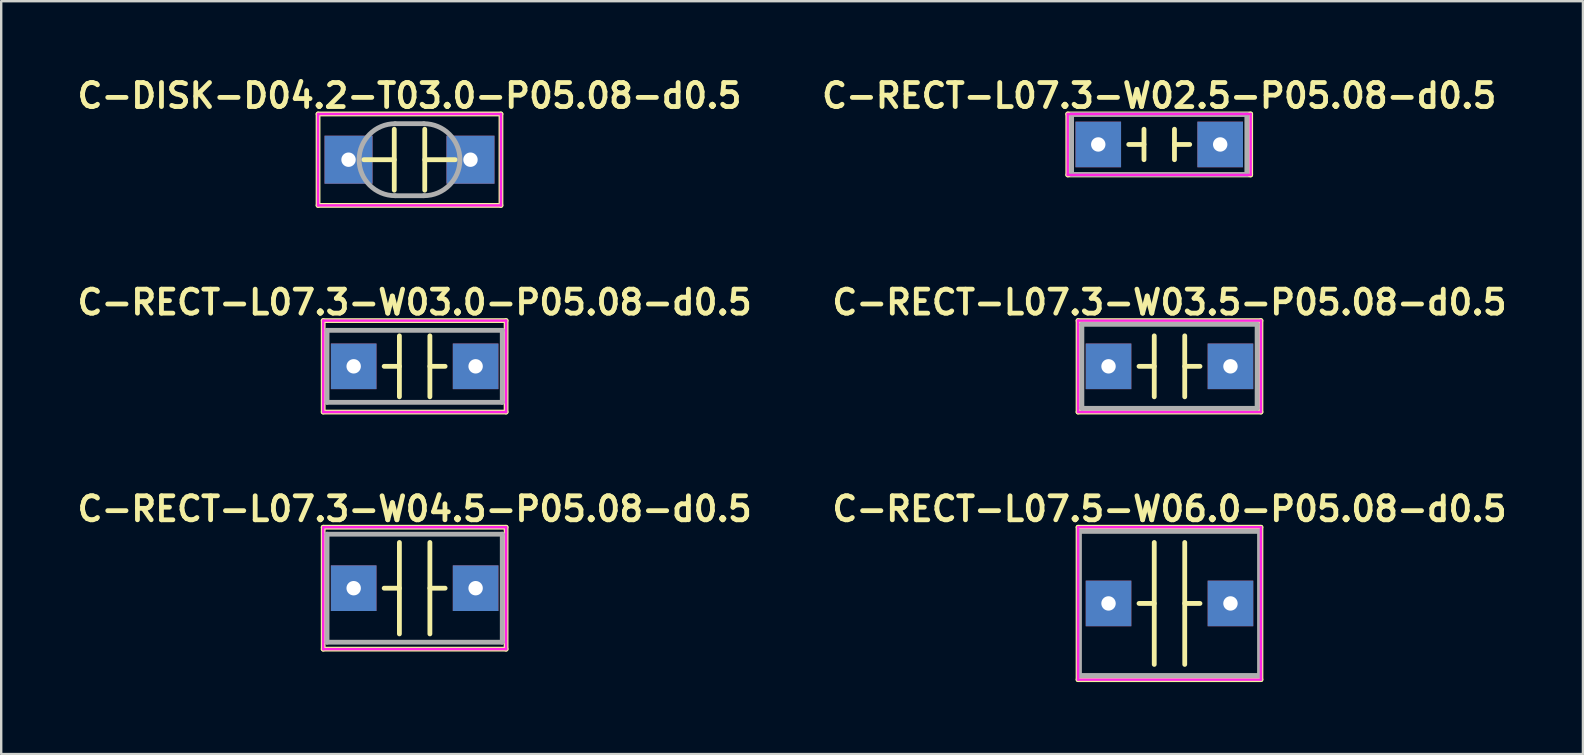
<source format=kicad_pcb>
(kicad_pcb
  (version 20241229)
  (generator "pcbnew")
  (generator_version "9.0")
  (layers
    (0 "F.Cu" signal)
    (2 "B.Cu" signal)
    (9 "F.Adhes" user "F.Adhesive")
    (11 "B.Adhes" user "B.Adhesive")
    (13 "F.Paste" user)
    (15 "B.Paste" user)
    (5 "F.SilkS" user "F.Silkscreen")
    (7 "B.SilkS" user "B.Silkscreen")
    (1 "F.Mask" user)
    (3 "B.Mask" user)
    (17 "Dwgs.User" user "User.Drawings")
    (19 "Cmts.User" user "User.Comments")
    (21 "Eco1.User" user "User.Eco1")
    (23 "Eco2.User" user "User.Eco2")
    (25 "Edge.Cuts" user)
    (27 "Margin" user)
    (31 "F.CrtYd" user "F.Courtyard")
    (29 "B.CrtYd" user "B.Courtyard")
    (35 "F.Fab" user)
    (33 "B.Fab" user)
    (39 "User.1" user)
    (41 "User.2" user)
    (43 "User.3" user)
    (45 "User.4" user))
  (footprint "C-RECT-L07.3-W02.5-P05.08-d0.5"
    (layer "F.Cu")
    (at 45.243 2.968)
    (property "Reference" "C-RECT-L07.3-W02.5-P05.08-d0.5" (at 0 -2.032 0) (layer "F.SilkS") (effects (font (size 1 1) (thickness 0.2))))
    (attr through_hole)
    (fp_line (start -3.81 -1.27) (end -3.81 1.27) (stroke (width 0.2) (type solid)) (layer "F.SilkS"))
    (fp_line (start -3.81 -1.27) (end 3.81 -1.27) (stroke (width 0.2) (type solid)) (layer "F.SilkS"))
    (fp_line (start -3.81 1.27) (end 3.81 1.27) (stroke (width 0.2) (type solid)) (layer "F.SilkS"))
    (fp_line (start -1.27 0) (end -0.635 0) (stroke (width 0.2) (type solid)) (layer "F.SilkS"))
    (fp_line (start -0.635 -0.635) (end -0.635 0.635) (stroke (width 0.2) (type solid)) (layer "F.SilkS"))
    (fp_line (start 0.635 -0.635) (end 0.635 0.635) (stroke (width 0.2) (type solid)) (layer "F.SilkS"))
    (fp_line (start 0.635 0) (end 1.27 0) (stroke (width 0.2) (type solid)) (layer "F.SilkS"))
    (fp_line (start 3.81 -1.27) (end 3.81 1.27) (stroke (width 0.2) (type solid)) (layer "F.SilkS"))
    (fp_line (start -3.81 -1.27) (end -3.81 1.27) (stroke (width 0.1) (type solid)) (layer "F.CrtYd"))
    (fp_line (start -3.81 -1.27) (end 3.81 -1.27) (stroke (width 0.1) (type solid)) (layer "F.CrtYd"))
    (fp_line (start -3.81 1.27) (end 3.81 1.27) (stroke (width 0.1) (type solid)) (layer "F.CrtYd"))
    (fp_line (start 3.81 -1.27) (end 3.81 1.27) (stroke (width 0.1) (type solid)) (layer "F.CrtYd"))
    (fp_line (start -3.65 -1.25) (end -3.65 1.25) (stroke (width 0.2) (type solid)) (layer "F.Fab"))
    (fp_line (start -3.65 -1.25) (end 3.65 -1.25) (stroke (width 0.2) (type solid)) (layer "F.Fab"))
    (fp_line (start -3.65 1.25) (end 3.65 1.25) (stroke (width 0.2) (type solid)) (layer "F.Fab"))
    (fp_line (start 3.65 -1.25) (end 3.65 1.25) (stroke (width 0.2) (type solid)) (layer "F.Fab"))
    (pad "1" thru_hole rect (at -2.54 0) (size 1.9 1.9) (drill 0.6) (layers "B.Cu" "B.Mask"))
    (pad "2" thru_hole rect (at 2.54 0) (size 1.9 1.9) (drill 0.6) (layers "B.Cu" "B.Mask")))
  (footprint "C-RECT-L07.3-W04.5-P05.08-d0.5"
    (layer "F.Cu")
    (at 14.224 21.454)
    (property "Reference" "C-RECT-L07.3-W04.5-P05.08-d0.5" (at 0 -3.302 0) (layer "F.SilkS") (effects (font (size 1 1) (thickness 0.2))))
    (attr through_hole)
    (fp_line (start -3.81 -2.54) (end -3.81 2.54) (stroke (width 0.2) (type solid)) (layer "F.SilkS"))
    (fp_line (start -3.81 -2.54) (end 3.81 -2.54) (stroke (width 0.2) (type solid)) (layer "F.SilkS"))
    (fp_line (start -3.81 2.54) (end 3.81 2.54) (stroke (width 0.2) (type solid)) (layer "F.SilkS"))
    (fp_line (start -1.27 0) (end -0.635 0) (stroke (width 0.2) (type solid)) (layer "F.SilkS"))
    (fp_line (start -0.635 -1.905) (end -0.635 1.905) (stroke (width 0.2) (type solid)) (layer "F.SilkS"))
    (fp_line (start 0.635 -1.905) (end 0.635 1.905) (stroke (width 0.2) (type solid)) (layer "F.SilkS"))
    (fp_line (start 0.635 0) (end 1.27 0) (stroke (width 0.2) (type solid)) (layer "F.SilkS"))
    (fp_line (start 3.81 -2.54) (end 3.81 2.54) (stroke (width 0.2) (type solid)) (layer "F.SilkS"))
    (fp_line (start -3.81 -2.54) (end -3.81 2.54) (stroke (width 0.1) (type solid)) (layer "F.CrtYd"))
    (fp_line (start -3.81 -2.54) (end 3.81 -2.54) (stroke (width 0.1) (type solid)) (layer "F.CrtYd"))
    (fp_line (start -3.81 2.54) (end 3.81 2.54) (stroke (width 0.1) (type solid)) (layer "F.CrtYd"))
    (fp_line (start 3.81 -2.54) (end 3.81 2.54) (stroke (width 0.1) (type solid)) (layer "F.CrtYd"))
    (fp_line (start -3.65 -2.25) (end -3.65 2.25) (stroke (width 0.2) (type solid)) (layer "F.Fab"))
    (fp_line (start -3.65 -2.25) (end 3.65 -2.25) (stroke (width 0.2) (type solid)) (layer "F.Fab"))
    (fp_line (start -3.65 2.25) (end 3.65 2.25) (stroke (width 0.2) (type solid)) (layer "F.Fab"))
    (fp_line (start 3.65 -2.25) (end 3.65 2.25) (stroke (width 0.2) (type solid)) (layer "F.Fab"))
    (pad "1" thru_hole rect (at -2.54 0) (size 1.9 1.9) (drill 0.6) (layers "B.Cu" "B.Mask"))
    (pad "2" thru_hole rect (at 2.54 0) (size 1.9 1.9) (drill 0.6) (layers "B.Cu" "B.Mask")))
  (footprint "C-RECT-L07.5-W06.0-P05.08-d0.5"
    (layer "F.Cu")
    (at 45.671 22.089)
    (property "Reference" "C-RECT-L07.5-W06.0-P05.08-d0.5" (at 0 -3.937 0) (layer "F.SilkS") (effects (font (size 1 1) (thickness 0.2))))
    (attr through_hole)
    (fp_line (start -3.81 -3.175) (end -3.81 3.175) (stroke (width 0.2) (type solid)) (layer "F.SilkS"))
    (fp_line (start -3.81 -3.175) (end 3.81 -3.175) (stroke (width 0.2) (type solid)) (layer "F.SilkS"))
    (fp_line (start -3.81 3.175) (end 3.81 3.175) (stroke (width 0.2) (type solid)) (layer "F.SilkS"))
    (fp_line (start -1.27 0) (end -0.635 0) (stroke (width 0.2) (type solid)) (layer "F.SilkS"))
    (fp_line (start -0.635 -2.54) (end -0.635 2.54) (stroke (width 0.2) (type solid)) (layer "F.SilkS"))
    (fp_line (start 0.635 -2.54) (end 0.635 2.54) (stroke (width 0.2) (type solid)) (layer "F.SilkS"))
    (fp_line (start 0.635 0) (end 1.27 0) (stroke (width 0.2) (type solid)) (layer "F.SilkS"))
    (fp_line (start 3.81 -3.175) (end 3.81 3.175) (stroke (width 0.2) (type solid)) (layer "F.SilkS"))
    (fp_line (start -3.81 -3.175) (end -3.81 3.175) (stroke (width 0.1) (type solid)) (layer "F.CrtYd"))
    (fp_line (start -3.81 -3.175) (end 3.81 -3.175) (stroke (width 0.1) (type solid)) (layer "F.CrtYd"))
    (fp_line (start -3.81 3.175) (end 3.81 3.175) (stroke (width 0.1) (type solid)) (layer "F.CrtYd"))
    (fp_line (start 3.81 -3.175) (end 3.81 3.175) (stroke (width 0.1) (type solid)) (layer "F.CrtYd"))
    (fp_line (start -3.75 -3) (end -3.75 3) (stroke (width 0.2) (type solid)) (layer "F.Fab"))
    (fp_line (start -3.75 -3) (end 3.75 -3) (stroke (width 0.2) (type solid)) (layer "F.Fab"))
    (fp_line (start -3.75 3) (end 3.75 3) (stroke (width 0.2) (type solid)) (layer "F.Fab"))
    (fp_line (start 3.75 -3) (end 3.75 3) (stroke (width 0.2) (type solid)) (layer "F.Fab"))
    (pad "1" thru_hole rect (at -2.54 0) (size 1.9 1.9) (drill 0.6) (layers "B.Cu" "B.Mask"))
    (pad "2" thru_hole rect (at 2.54 0) (size 1.9 1.9) (drill 0.6) (layers "B.Cu" "B.Mask")))
  (footprint "C-RECT-L07.3-W03.0-P05.08-d0.5"
    (layer "F.Cu")
    (at 14.224 12.211)
    (property "Reference" "C-RECT-L07.3-W03.0-P05.08-d0.5" (at 0 -2.667 0) (layer "F.SilkS") (effects (font (size 1 1) (thickness 0.2))))
    (attr through_hole)
    (fp_line (start -3.81 -1.905) (end -3.81 1.905) (stroke (width 0.2) (type solid)) (layer "F.SilkS"))
    (fp_line (start -3.81 -1.905) (end 3.81 -1.905) (stroke (width 0.2) (type solid)) (layer "F.SilkS"))
    (fp_line (start -3.81 1.905) (end 3.81 1.905) (stroke (width 0.2) (type solid)) (layer "F.SilkS"))
    (fp_line (start -1.27 0) (end -0.635 0) (stroke (width 0.2) (type solid)) (layer "F.SilkS"))
    (fp_line (start -0.635 -1.27) (end -0.635 1.27) (stroke (width 0.2) (type solid)) (layer "F.SilkS"))
    (fp_line (start 0.635 -1.27) (end 0.635 1.27) (stroke (width 0.2) (type solid)) (layer "F.SilkS"))
    (fp_line (start 0.635 0) (end 1.27 0) (stroke (width 0.2) (type solid)) (layer "F.SilkS"))
    (fp_line (start 3.81 -1.905) (end 3.81 1.905) (stroke (width 0.2) (type solid)) (layer "F.SilkS"))
    (fp_line (start -3.81 -1.905) (end -3.81 1.905) (stroke (width 0.1) (type solid)) (layer "F.CrtYd"))
    (fp_line (start -3.81 -1.905) (end 3.81 -1.905) (stroke (width 0.1) (type solid)) (layer "F.CrtYd"))
    (fp_line (start -3.81 1.905) (end 3.81 1.905) (stroke (width 0.1) (type solid)) (layer "F.CrtYd"))
    (fp_line (start 3.81 -1.905) (end 3.81 1.905) (stroke (width 0.1) (type solid)) (layer "F.CrtYd"))
    (fp_line (start -3.65 -1.5) (end -3.65 1.5) (stroke (width 0.2) (type solid)) (layer "F.Fab"))
    (fp_line (start -3.65 -1.5) (end 3.65 -1.5) (stroke (width 0.2) (type solid)) (layer "F.Fab"))
    (fp_line (start -3.65 1.5) (end 3.65 1.5) (stroke (width 0.2) (type solid)) (layer "F.Fab"))
    (fp_line (start 3.65 -1.5) (end 3.65 1.5) (stroke (width 0.2) (type solid)) (layer "F.Fab"))
    (pad "1" thru_hole rect (at -2.54 0) (size 1.9 1.9) (drill 0.6) (layers "B.Cu" "B.Mask"))
    (pad "2" thru_hole rect (at 2.54 0) (size 1.9 1.9) (drill 0.6) (layers "B.Cu" "B.Mask")))
  (footprint "C-DISK-D04.2-T03.0-P05.08-d0.5"
    (layer "F.Cu")
    (at 14.01 3.603)
    (property "Reference" "C-DISK-D04.2-T03.0-P05.08-d0.5" (at 0 -2.667 0) (layer "F.SilkS") (effects (font (size 1 1) (thickness 0.2))))
    (attr through_hole)
    (fp_line (start -3.81 -1.905) (end -3.81 1.905) (stroke (width 0.2) (type solid)) (layer "F.SilkS"))
    (fp_line (start -3.81 -1.905) (end 3.81 -1.905) (stroke (width 0.2) (type solid)) (layer "F.SilkS"))
    (fp_line (start -3.81 1.905) (end 3.81 1.905) (stroke (width 0.2) (type solid)) (layer "F.SilkS"))
    (fp_line (start -1.905 0) (end -0.635 0) (stroke (width 0.2) (type solid)) (layer "F.SilkS"))
    (fp_line (start -0.635 -1.27) (end -0.635 1.27) (stroke (width 0.2) (type solid)) (layer "F.SilkS"))
    (fp_line (start 0.635 -1.27) (end 0.635 1.27) (stroke (width 0.2) (type solid)) (layer "F.SilkS"))
    (fp_line (start 0.635 0) (end 1.905 0) (stroke (width 0.2) (type solid)) (layer "F.SilkS"))
    (fp_line (start 3.81 -1.905) (end 3.81 1.905) (stroke (width 0.2) (type solid)) (layer "F.SilkS"))
    (fp_line (start -3.81 -1.905) (end -3.81 1.905) (stroke (width 0.1) (type solid)) (layer "F.CrtYd"))
    (fp_line (start -3.81 -1.905) (end 3.81 -1.905) (stroke (width 0.1) (type solid)) (layer "F.CrtYd"))
    (fp_line (start -3.81 1.905) (end 3.81 1.905) (stroke (width 0.1) (type solid)) (layer "F.CrtYd"))
    (fp_line (start 3.81 -1.905) (end 3.81 1.905) (stroke (width 0.1) (type solid)) (layer "F.CrtYd"))
    (fp_line (start -0.6 -1.5) (end 0.6 -1.5) (stroke (width 0.2) (type solid)) (layer "F.Fab"))
    (fp_line (start -0.6 1.5) (end 0.6 1.5) (stroke (width 0.2) (type solid)) (layer "F.Fab"))
    (fp_arc (start -0.6 1.5) (mid -2.1 0) (end -0.6 -1.5) (stroke (width 0.2) (type solid)) (layer "F.Fab"))
    (fp_arc (start 0.6 -1.5) (mid 2.1 0) (end 0.6 1.5) (stroke (width 0.2) (type solid)) (layer "F.Fab"))
    (pad "1" thru_hole rect (at -2.54 0) (size 2 2) (drill 0.6) (layers "B.Cu" "B.Mask"))
    (pad "2" thru_hole rect (at 2.54 0) (size 2 2) (drill 0.6) (layers "B.Cu" "B.Mask")))
  (footprint "C-RECT-L07.3-W03.5-P05.08-d0.5"
    (layer "F.Cu")
    (at 45.671 12.211)
    (property "Reference" "C-RECT-L07.3-W03.5-P05.08-d0.5" (at 0 -2.667 0) (layer "F.SilkS") (effects (font (size 1 1) (thickness 0.2))))
    (attr through_hole)
    (fp_line (start -3.81 -1.905) (end -3.81 1.905) (stroke (width 0.2) (type solid)) (layer "F.SilkS"))
    (fp_line (start -3.81 -1.905) (end 3.81 -1.905) (stroke (width 0.2) (type solid)) (layer "F.SilkS"))
    (fp_line (start -3.81 1.905) (end 3.81 1.905) (stroke (width 0.2) (type solid)) (layer "F.SilkS"))
    (fp_line (start -1.27 0) (end -0.635 0) (stroke (width 0.2) (type solid)) (layer "F.SilkS"))
    (fp_line (start -0.635 -1.27) (end -0.635 1.27) (stroke (width 0.2) (type solid)) (layer "F.SilkS"))
    (fp_line (start 0.635 -1.27) (end 0.635 1.27) (stroke (width 0.2) (type solid)) (layer "F.SilkS"))
    (fp_line (start 0.635 0) (end 1.27 0) (stroke (width 0.2) (type solid)) (layer "F.SilkS"))
    (fp_line (start 3.81 -1.905) (end 3.81 1.905) (stroke (width 0.2) (type solid)) (layer "F.SilkS"))
    (fp_line (start -3.81 -1.905) (end -3.81 1.905) (stroke (width 0.1) (type solid)) (layer "F.CrtYd"))
    (fp_line (start -3.81 -1.905) (end 3.81 -1.905) (stroke (width 0.1) (type solid)) (layer "F.CrtYd"))
    (fp_line (start -3.81 1.905) (end 3.81 1.905) (stroke (width 0.1) (type solid)) (layer "F.CrtYd"))
    (fp_line (start 3.81 -1.905) (end 3.81 1.905) (stroke (width 0.1) (type solid)) (layer "F.CrtYd"))
    (fp_line (start -3.65 -1.75) (end -3.65 1.75) (stroke (width 0.2) (type solid)) (layer "F.Fab"))
    (fp_line (start -3.65 -1.75) (end 3.65 -1.75) (stroke (width 0.2) (type solid)) (layer "F.Fab"))
    (fp_line (start -3.65 1.75) (end 3.65 1.75) (stroke (width 0.2) (type solid)) (layer "F.Fab"))
    (fp_line (start 3.65 -1.75) (end 3.65 1.75) (stroke (width 0.2) (type solid)) (layer "F.Fab"))
    (pad "1" thru_hole rect (at -2.54 0) (size 1.9 1.9) (drill 0.6) (layers "B.Cu" "B.Mask"))
    (pad "2" thru_hole rect (at 2.54 0) (size 1.9 1.9) (drill 0.6) (layers "B.Cu" "B.Mask")))
  (gr_rect
    (start -3 -3)
    (end 62.895 28.364)
    (stroke (width 0.1) (type default))
    (fill no)
    (layer "Edge.Cuts")))
</source>
